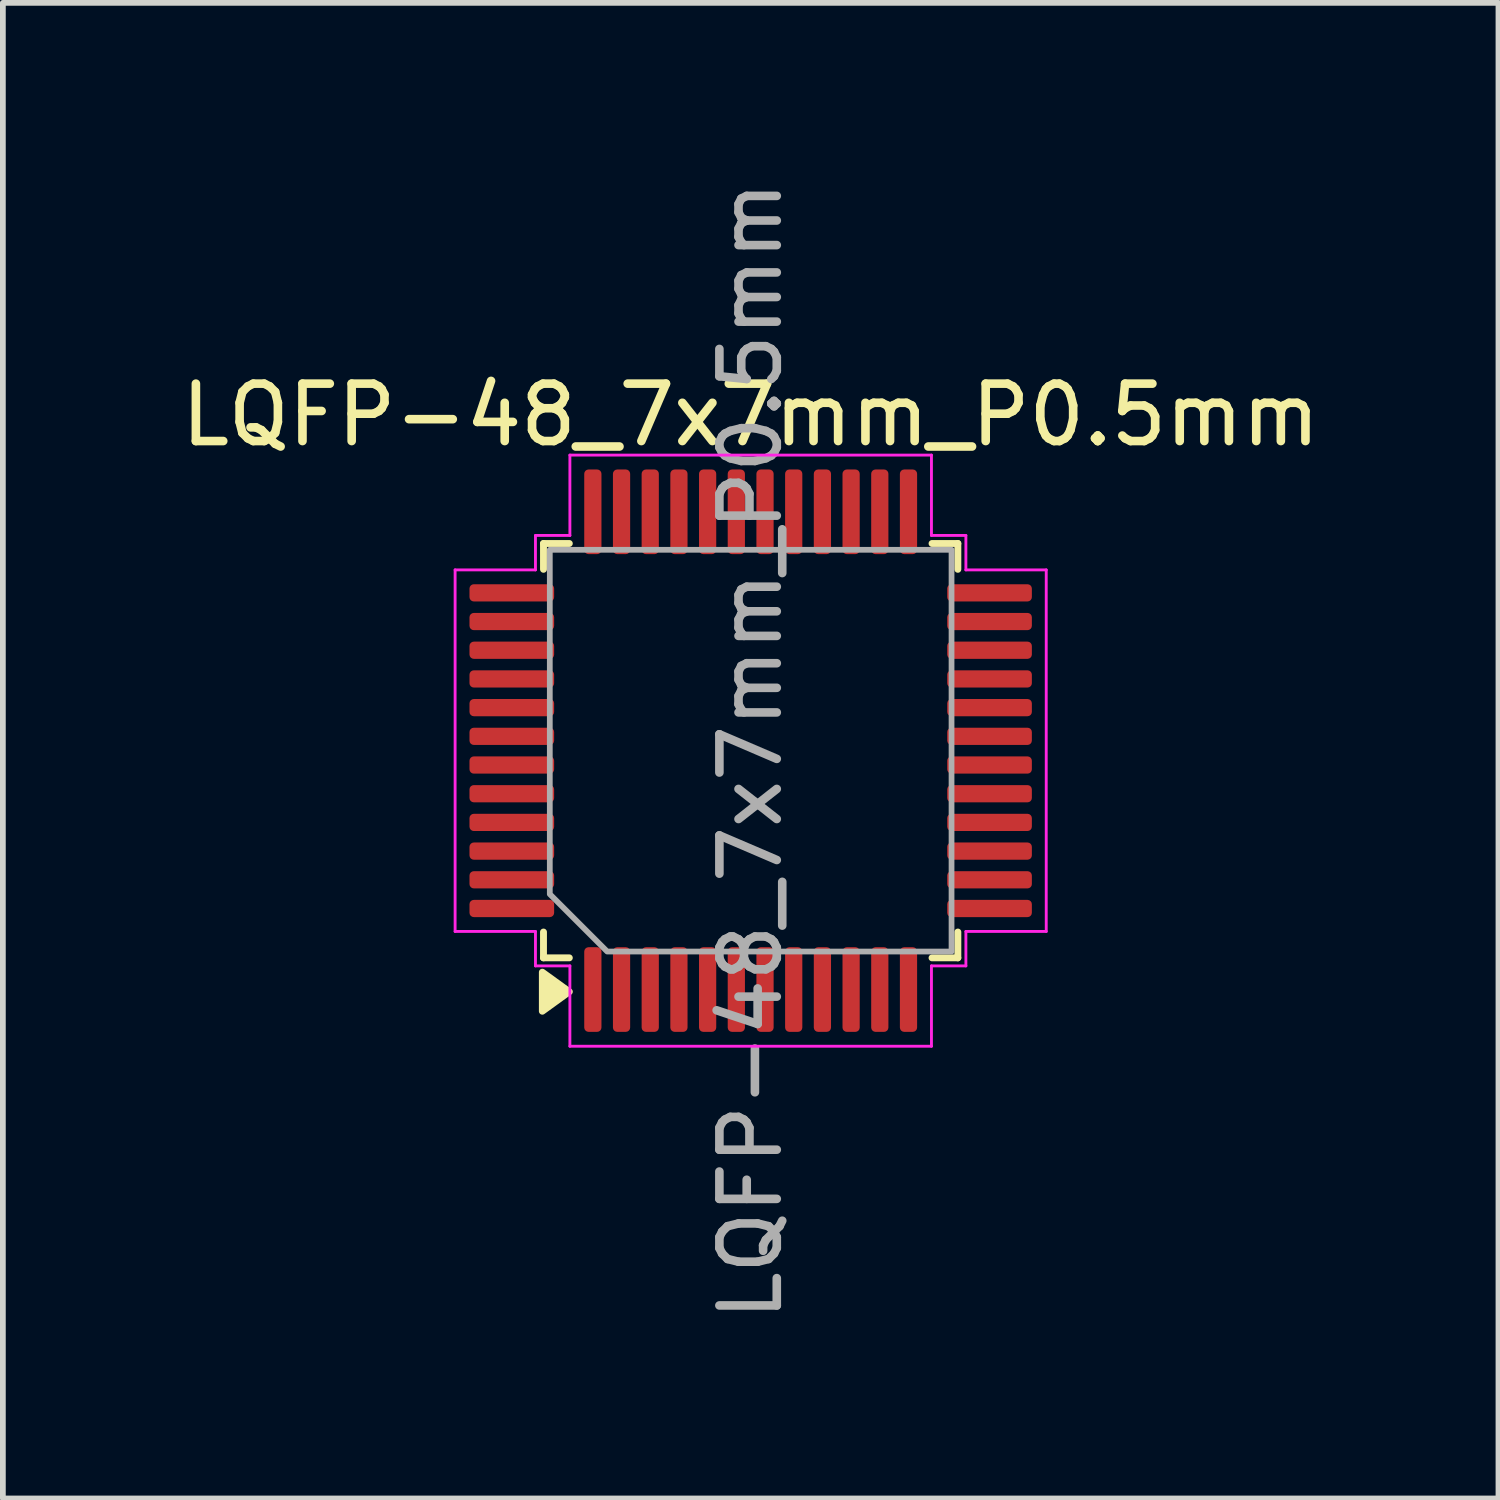
<source format=kicad_pcb>
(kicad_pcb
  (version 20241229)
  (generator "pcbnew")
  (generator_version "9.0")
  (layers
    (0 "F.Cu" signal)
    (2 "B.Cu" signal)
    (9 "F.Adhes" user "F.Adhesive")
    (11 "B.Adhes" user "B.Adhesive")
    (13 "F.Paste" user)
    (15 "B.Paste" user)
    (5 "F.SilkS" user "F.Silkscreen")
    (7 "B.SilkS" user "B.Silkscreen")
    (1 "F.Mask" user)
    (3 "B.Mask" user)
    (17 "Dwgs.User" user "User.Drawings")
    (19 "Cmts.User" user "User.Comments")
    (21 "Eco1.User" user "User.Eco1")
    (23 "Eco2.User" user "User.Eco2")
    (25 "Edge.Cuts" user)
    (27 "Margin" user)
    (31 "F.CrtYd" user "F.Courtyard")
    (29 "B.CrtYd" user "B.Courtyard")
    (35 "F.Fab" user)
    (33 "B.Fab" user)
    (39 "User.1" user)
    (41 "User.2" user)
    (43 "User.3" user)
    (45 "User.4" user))
  (footprint "LQFP-48_7x7mm_P0.5mm"
    (layer "F.Cu")
    (at 10.03 10.03)
    (property "Reference" "LQFP-48_7x7mm_P0.5mm" (at 0 -5.85 0) (layer "F.SilkS") (effects (font (size 1 1) (thickness 0.15))))
    (attr smd)
    (fp_line (start -3.61 -3.61) (end -3.16 -3.61) (stroke (width 0.12) (type solid)) (layer "F.SilkS"))
    (fp_line (start -3.61 -3.16) (end -3.61 -3.61) (stroke (width 0.12) (type solid)) (layer "F.SilkS"))
    (fp_line (start -3.61 3.16) (end -3.61 3.61) (stroke (width 0.12) (type solid)) (layer "F.SilkS"))
    (fp_line (start -3.61 3.61) (end -3.16 3.61) (stroke (width 0.12) (type solid)) (layer "F.SilkS"))
    (fp_line (start 3.61 -3.61) (end 3.16 -3.61) (stroke (width 0.12) (type solid)) (layer "F.SilkS"))
    (fp_line (start 3.61 -3.16) (end 3.61 -3.61) (stroke (width 0.12) (type solid)) (layer "F.SilkS"))
    (fp_line (start 3.61 3.16) (end 3.61 3.61) (stroke (width 0.12) (type solid)) (layer "F.SilkS"))
    (fp_line (start 3.61 3.61) (end 3.16 3.61) (stroke (width 0.12) (type solid)) (layer "F.SilkS"))
    (fp_poly (pts (xy -3.16 4.2) (xy -3.63 4.54) (xy -3.63 3.86)) (stroke (width 0.12) (type solid)) (fill yes) (layer "F.SilkS"))
    (fp_line (start -5.15 -3.15) (end -3.75 -3.15) (stroke (width 0.05) (type solid)) (layer "F.CrtYd"))
    (fp_line (start -5.15 3.15) (end -5.15 -3.15) (stroke (width 0.05) (type solid)) (layer "F.CrtYd"))
    (fp_line (start -3.75 -3.75) (end -3.15 -3.75) (stroke (width 0.05) (type solid)) (layer "F.CrtYd"))
    (fp_line (start -3.75 -3.15) (end -3.75 -3.75) (stroke (width 0.05) (type solid)) (layer "F.CrtYd"))
    (fp_line (start -3.75 3.15) (end -5.15 3.15) (stroke (width 0.05) (type solid)) (layer "F.CrtYd"))
    (fp_line (start -3.75 3.75) (end -3.75 3.15) (stroke (width 0.05) (type solid)) (layer "F.CrtYd"))
    (fp_line (start -3.15 -5.15) (end 3.15 -5.15) (stroke (width 0.05) (type solid)) (layer "F.CrtYd"))
    (fp_line (start -3.15 -3.75) (end -3.15 -5.15) (stroke (width 0.05) (type solid)) (layer "F.CrtYd"))
    (fp_line (start -3.15 3.75) (end -3.75 3.75) (stroke (width 0.05) (type solid)) (layer "F.CrtYd"))
    (fp_line (start -3.15 5.15) (end -3.15 3.75) (stroke (width 0.05) (type solid)) (layer "F.CrtYd"))
    (fp_line (start 3.15 -5.15) (end 3.15 -3.75) (stroke (width 0.05) (type solid)) (layer "F.CrtYd"))
    (fp_line (start 3.15 -3.75) (end 3.75 -3.75) (stroke (width 0.05) (type solid)) (layer "F.CrtYd"))
    (fp_line (start 3.15 3.75) (end 3.15 5.15) (stroke (width 0.05) (type solid)) (layer "F.CrtYd"))
    (fp_line (start 3.15 5.15) (end -3.15 5.15) (stroke (width 0.05) (type solid)) (layer "F.CrtYd"))
    (fp_line (start 3.75 -3.75) (end 3.75 -3.15) (stroke (width 0.05) (type solid)) (layer "F.CrtYd"))
    (fp_line (start 3.75 -3.15) (end 5.15 -3.15) (stroke (width 0.05) (type solid)) (layer "F.CrtYd"))
    (fp_line (start 3.75 3.15) (end 3.75 3.75) (stroke (width 0.05) (type solid)) (layer "F.CrtYd"))
    (fp_line (start 3.75 3.75) (end 3.15 3.75) (stroke (width 0.05) (type solid)) (layer "F.CrtYd"))
    (fp_line (start 5.15 -3.15) (end 5.15 3.15) (stroke (width 0.05) (type solid)) (layer "F.CrtYd"))
    (fp_line (start 5.15 3.15) (end 3.75 3.15) (stroke (width 0.05) (type solid)) (layer "F.CrtYd"))
    (fp_poly (pts (xy -2.5 3.5) (xy 3.5 3.5) (xy 3.5 -3.5) (xy -3.5 -3.5) (xy -3.5 2.5)) (stroke (width 0.1) (type solid)) (fill no) (layer "F.Fab"))
    (fp_text user "${REFERENCE}" (at 0 0 90) (layer "F.Fab") (effects (font (size 1 1) (thickness 0.15))))
    (pad "1" smd roundrect (at -2.75 4.162 90) (size 1.475 0.3) (layers "F.Cu" "F.Mask" "F.Paste") (roundrect_rratio 0.25))
    (pad "2" smd roundrect (at -2.25 4.162 90) (size 1.475 0.3) (layers "F.Cu" "F.Mask" "F.Paste") (roundrect_rratio 0.25))
    (pad "3" smd roundrect (at -1.75 4.162 90) (size 1.475 0.3) (layers "F.Cu" "F.Mask" "F.Paste") (roundrect_rratio 0.25))
    (pad "4" smd roundrect (at -1.25 4.162 90) (size 1.475 0.3) (layers "F.Cu" "F.Mask" "F.Paste") (roundrect_rratio 0.25))
    (pad "5" smd roundrect (at -0.75 4.162 90) (size 1.475 0.3) (layers "F.Cu" "F.Mask" "F.Paste") (roundrect_rratio 0.25))
    (pad "6" smd roundrect (at -0.25 4.162 90) (size 1.475 0.3) (layers "F.Cu" "F.Mask" "F.Paste") (roundrect_rratio 0.25))
    (pad "7" smd roundrect (at 0.25 4.162 90) (size 1.475 0.3) (layers "F.Cu" "F.Mask" "F.Paste") (roundrect_rratio 0.25))
    (pad "8" smd roundrect (at 0.75 4.162 90) (size 1.475 0.3) (layers "F.Cu" "F.Mask" "F.Paste") (roundrect_rratio 0.25))
    (pad "9" smd roundrect (at 1.25 4.162 90) (size 1.475 0.3) (layers "F.Cu" "F.Mask" "F.Paste") (roundrect_rratio 0.25))
    (pad "10" smd roundrect (at 1.75 4.162 90) (size 1.475 0.3) (layers "F.Cu" "F.Mask" "F.Paste") (roundrect_rratio 0.25))
    (pad "11" smd roundrect (at 2.25 4.162 90) (size 1.475 0.3) (layers "F.Cu" "F.Mask" "F.Paste") (roundrect_rratio 0.25))
    (pad "12" smd roundrect (at 2.75 4.162 90) (size 1.475 0.3) (layers "F.Cu" "F.Mask" "F.Paste") (roundrect_rratio 0.25))
    (pad "13" smd roundrect (at 4.162 2.75 90) (size 0.3 1.475) (layers "F.Cu" "F.Mask" "F.Paste") (roundrect_rratio 0.25))
    (pad "14" smd roundrect (at 4.162 2.25 90) (size 0.3 1.475) (layers "F.Cu" "F.Mask" "F.Paste") (roundrect_rratio 0.25))
    (pad "15" smd roundrect (at 4.162 1.75 90) (size 0.3 1.475) (layers "F.Cu" "F.Mask" "F.Paste") (roundrect_rratio 0.25))
    (pad "16" smd roundrect (at 4.162 1.25 90) (size 0.3 1.475) (layers "F.Cu" "F.Mask" "F.Paste") (roundrect_rratio 0.25))
    (pad "17" smd roundrect (at 4.162 0.75 90) (size 0.3 1.475) (layers "F.Cu" "F.Mask" "F.Paste") (roundrect_rratio 0.25))
    (pad "18" smd roundrect (at 4.162 0.25 90) (size 0.3 1.475) (layers "F.Cu" "F.Mask" "F.Paste") (roundrect_rratio 0.25))
    (pad "19" smd roundrect (at 4.162 -0.25 90) (size 0.3 1.475) (layers "F.Cu" "F.Mask" "F.Paste") (roundrect_rratio 0.25))
    (pad "20" smd roundrect (at 4.162 -0.75 90) (size 0.3 1.475) (layers "F.Cu" "F.Mask" "F.Paste") (roundrect_rratio 0.25))
    (pad "21" smd roundrect (at 4.162 -1.25 90) (size 0.3 1.475) (layers "F.Cu" "F.Mask" "F.Paste") (roundrect_rratio 0.25))
    (pad "22" smd roundrect (at 4.162 -1.75 90) (size 0.3 1.475) (layers "F.Cu" "F.Mask" "F.Paste") (roundrect_rratio 0.25))
    (pad "23" smd roundrect (at 4.162 -2.25 90) (size 0.3 1.475) (layers "F.Cu" "F.Mask" "F.Paste") (roundrect_rratio 0.25))
    (pad "24" smd roundrect (at 4.162 -2.75 90) (size 0.3 1.475) (layers "F.Cu" "F.Mask" "F.Paste") (roundrect_rratio 0.25))
    (pad "25" smd roundrect (at 2.75 -4.162 90) (size 1.475 0.3) (layers "F.Cu" "F.Mask" "F.Paste") (roundrect_rratio 0.25))
    (pad "26" smd roundrect (at 2.25 -4.162 90) (size 1.475 0.3) (layers "F.Cu" "F.Mask" "F.Paste") (roundrect_rratio 0.25))
    (pad "27" smd roundrect (at 1.75 -4.162 90) (size 1.475 0.3) (layers "F.Cu" "F.Mask" "F.Paste") (roundrect_rratio 0.25))
    (pad "28" smd roundrect (at 1.25 -4.162 90) (size 1.475 0.3) (layers "F.Cu" "F.Mask" "F.Paste") (roundrect_rratio 0.25))
    (pad "29" smd roundrect (at 0.75 -4.162 90) (size 1.475 0.3) (layers "F.Cu" "F.Mask" "F.Paste") (roundrect_rratio 0.25))
    (pad "30" smd roundrect (at 0.25 -4.162 90) (size 1.475 0.3) (layers "F.Cu" "F.Mask" "F.Paste") (roundrect_rratio 0.25))
    (pad "31" smd roundrect (at -0.25 -4.162 90) (size 1.475 0.3) (layers "F.Cu" "F.Mask" "F.Paste") (roundrect_rratio 0.25))
    (pad "32" smd roundrect (at -0.75 -4.162 90) (size 1.475 0.3) (layers "F.Cu" "F.Mask" "F.Paste") (roundrect_rratio 0.25))
    (pad "33" smd roundrect (at -1.25 -4.162 90) (size 1.475 0.3) (layers "F.Cu" "F.Mask" "F.Paste") (roundrect_rratio 0.25))
    (pad "34" smd roundrect (at -1.75 -4.162 90) (size 1.475 0.3) (layers "F.Cu" "F.Mask" "F.Paste") (roundrect_rratio 0.25))
    (pad "35" smd roundrect (at -2.25 -4.162 90) (size 1.475 0.3) (layers "F.Cu" "F.Mask" "F.Paste") (roundrect_rratio 0.25))
    (pad "36" smd roundrect (at -2.75 -4.162 90) (size 1.475 0.3) (layers "F.Cu" "F.Mask" "F.Paste") (roundrect_rratio 0.25))
    (pad "37" smd roundrect (at -4.162 -2.75 90) (size 0.3 1.475) (layers "F.Cu" "F.Mask" "F.Paste") (roundrect_rratio 0.25))
    (pad "38" smd roundrect (at -4.162 -2.25 90) (size 0.3 1.475) (layers "F.Cu" "F.Mask" "F.Paste") (roundrect_rratio 0.25))
    (pad "39" smd roundrect (at -4.162 -1.75 90) (size 0.3 1.475) (layers "F.Cu" "F.Mask" "F.Paste") (roundrect_rratio 0.25))
    (pad "40" smd roundrect (at -4.162 -1.25 90) (size 0.3 1.475) (layers "F.Cu" "F.Mask" "F.Paste") (roundrect_rratio 0.25))
    (pad "41" smd roundrect (at -4.162 -0.75 90) (size 0.3 1.475) (layers "F.Cu" "F.Mask" "F.Paste") (roundrect_rratio 0.25))
    (pad "42" smd roundrect (at -4.162 -0.25 90) (size 0.3 1.475) (layers "F.Cu" "F.Mask" "F.Paste") (roundrect_rratio 0.25))
    (pad "43" smd roundrect (at -4.162 0.25 90) (size 0.3 1.475) (layers "F.Cu" "F.Mask" "F.Paste") (roundrect_rratio 0.25))
    (pad "44" smd roundrect (at -4.162 0.75 90) (size 0.3 1.475) (layers "F.Cu" "F.Mask" "F.Paste") (roundrect_rratio 0.25))
    (pad "45" smd roundrect (at -4.162 1.25 90) (size 0.3 1.475) (layers "F.Cu" "F.Mask" "F.Paste") (roundrect_rratio 0.25))
    (pad "46" smd roundrect (at -4.162 1.75 90) (size 0.3 1.475) (layers "F.Cu" "F.Mask" "F.Paste") (roundrect_rratio 0.25))
    (pad "47" smd roundrect (at -4.162 2.25 90) (size 0.3 1.475) (layers "F.Cu" "F.Mask" "F.Paste") (roundrect_rratio 0.25))
    (pad "48" smd roundrect (at -4.162 2.75 90) (size 0.3 1.475) (layers "F.Cu" "F.Mask" "F.Paste") (roundrect_rratio 0.25)))
  (gr_rect
    (start -3 -3)
    (end 23.06 23.06)
    (stroke (width 0.1) (type default))
    (fill no)
    (layer "Edge.Cuts")))
</source>
